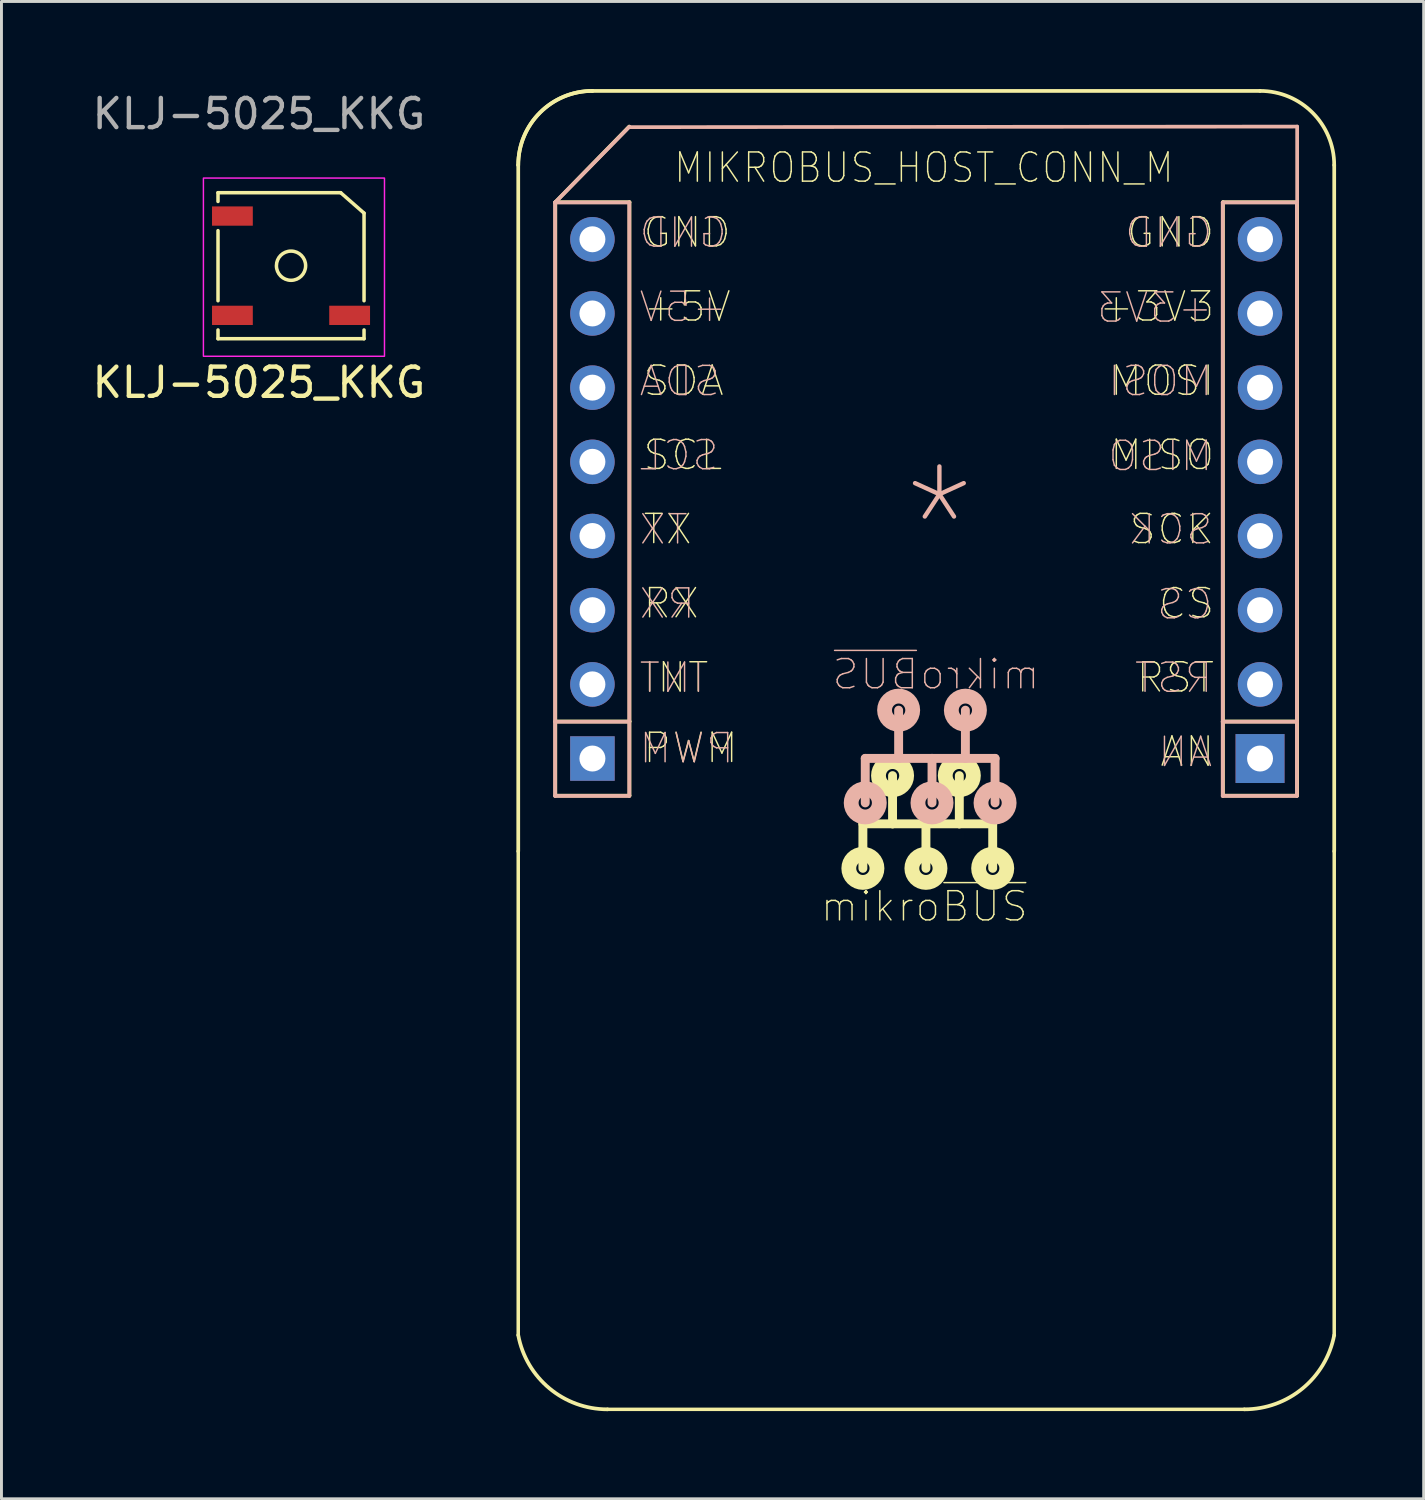
<source format=kicad_pcb>
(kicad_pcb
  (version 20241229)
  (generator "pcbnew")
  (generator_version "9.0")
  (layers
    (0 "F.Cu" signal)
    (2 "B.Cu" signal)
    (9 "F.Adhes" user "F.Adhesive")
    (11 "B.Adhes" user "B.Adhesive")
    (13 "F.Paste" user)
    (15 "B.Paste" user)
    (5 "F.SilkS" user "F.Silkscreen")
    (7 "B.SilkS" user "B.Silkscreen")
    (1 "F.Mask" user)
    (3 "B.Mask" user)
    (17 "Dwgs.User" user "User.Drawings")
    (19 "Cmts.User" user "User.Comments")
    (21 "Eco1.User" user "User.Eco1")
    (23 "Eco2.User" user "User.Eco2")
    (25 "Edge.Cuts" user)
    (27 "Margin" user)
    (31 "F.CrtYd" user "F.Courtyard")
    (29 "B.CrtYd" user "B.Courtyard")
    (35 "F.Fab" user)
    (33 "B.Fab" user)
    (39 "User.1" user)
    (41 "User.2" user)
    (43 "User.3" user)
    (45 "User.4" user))
  (footprint "KLJ-5025_KKG"
    (layer "F.Cu")
    (at 6.915 6.048)
    (property "Reference" "KLJ-5025_KKG" (at -1.1 4 0) (unlocked yes) (layer "F.SilkS") (effects (font (size 1 1) (thickness 0.15))))
    (attr smd)
    (fp_line (start -2.5 -2.5) (end -2.5 -2.2) (stroke (width 0.12) (type solid)) (layer "F.SilkS"))
    (fp_line (start -2.5 -2.5) (end 1.7 -2.5) (stroke (width 0.12) (type solid)) (layer "F.SilkS"))
    (fp_line (start -2.5 1.2) (end -2.5 -1.2) (stroke (width 0.12) (type solid)) (layer "F.SilkS"))
    (fp_line (start -2.5 2.5) (end -2.5 2.2) (stroke (width 0.12) (type solid)) (layer "F.SilkS"))
    (fp_line (start 2.5 -1.8) (end 1.7 -2.5) (stroke (width 0.12) (type solid)) (layer "F.SilkS"))
    (fp_line (start 2.5 -1.8) (end 2.5 1.2) (stroke (width 0.12) (type solid)) (layer "F.SilkS"))
    (fp_line (start 2.5 2.5) (end -2.5 2.5) (stroke (width 0.12) (type solid)) (layer "F.SilkS"))
    (fp_line (start 2.5 2.5) (end 2.5 2.2) (stroke (width 0.12) (type solid)) (layer "F.SilkS"))
    (fp_circle (center 0 0) (end -0.4 0.3) (stroke (width 0.12) (type solid)) (fill no) (layer "F.SilkS"))
    (fp_rect (start -3 -3) (end 3.2 3.1) (stroke (width 0.05) (type solid)) (fill no) (layer "F.CrtYd"))
    (fp_text user "${REFERENCE}" (at -1.1 -5.2 0) (unlocked yes) (layer "F.Fab") (effects (font (size 1 1) (thickness 0.15))))
    (pad "" smd rect (at -2.007 -1.7 180) (size 1.397 0.66) (layers "F.Cu" "F.Mask" "F.Paste"))
    (pad "1" smd rect (at -2.007 1.7 180) (size 1.397 0.66) (layers "F.Cu" "F.Mask" "F.Paste"))
    (pad "2" smd rect (at 2.007 1.7 180) (size 1.397 0.66) (layers "F.Cu" "F.Mask" "F.Paste")))
  (footprint "MIKROBUS_HOST_CONN_M"
    (layer "F.Cu")
    (at 29.116 7.459)
    (property "Reference" "MIKROBUS_HOST_CONN_M" (at -0.531 -4.766 180) (layer "F.SilkS") (effects (font (size 1 0.9) (thickness 0.05))))
    (attr through_hole)
    (fp_line (start -14.421 18.639) (end -14.421 -4.856) (stroke (width 0.127) (type solid)) (layer "F.SilkS"))
    (fp_line (start -14.421 18.639) (end -14.421 35.208) (stroke (width 0.12) (type solid)) (layer "F.SilkS"))
    (fp_line (start -13.151 -3.586) (end -10.621 -6.176) (stroke (width 0.127) (type solid)) (layer "F.SilkS"))
    (fp_line (start -13.151 16.734) (end -13.151 -3.586) (stroke (width 0.127) (type solid)) (layer "F.SilkS"))
    (fp_line (start -11.365 37.748) (end 10.443 37.748) (stroke (width 0.12) (type solid)) (layer "F.SilkS"))
    (fp_line (start -10.611 -3.586) (end -13.151 -3.586) (stroke (width 0.127) (type solid)) (layer "F.SilkS"))
    (fp_line (start -10.611 14.194) (end -13.151 14.194) (stroke (width 0.127) (type solid)) (layer "F.SilkS"))
    (fp_line (start -10.611 14.194) (end -10.611 -3.586) (stroke (width 0.127) (type solid)) (layer "F.SilkS"))
    (fp_line (start -10.611 16.734) (end -13.151 16.734) (stroke (width 0.127) (type solid)) (layer "F.SilkS"))
    (fp_line (start -10.611 16.734) (end -10.611 14.194) (stroke (width 0.127) (type solid)) (layer "F.SilkS"))
    (fp_line (start -2.62 17.7) (end -2.62 19.224) (stroke (width 0.305) (type solid)) (layer "F.SilkS"))
    (fp_line (start -2.62 17.7) (end -1.604 17.7) (stroke (width 0.305) (type solid)) (layer "F.SilkS"))
    (fp_line (start -1.604 17.7) (end -1.604 16.049) (stroke (width 0.305) (type solid)) (layer "F.SilkS"))
    (fp_line (start -1.604 17.7) (end -0.461 17.7) (stroke (width 0.305) (type solid)) (layer "F.SilkS"))
    (fp_line (start -0.461 17.7) (end -0.461 19.224) (stroke (width 0.305) (type solid)) (layer "F.SilkS"))
    (fp_line (start -0.461 17.7) (end 0.682 17.7) (stroke (width 0.305) (type solid)) (layer "F.SilkS"))
    (fp_line (start 0.682 17.7) (end 0.682 16.049) (stroke (width 0.305) (type solid)) (layer "F.SilkS"))
    (fp_line (start 0.682 17.7) (end 1.825 17.7) (stroke (width 0.305) (type solid)) (layer "F.SilkS"))
    (fp_line (start 1.825 17.7) (end 1.825 19.224) (stroke (width 0.305) (type solid)) (layer "F.SilkS"))
    (fp_line (start 9.709 -3.586) (end 9.709 14.194) (stroke (width 0.127) (type solid)) (layer "F.SilkS"))
    (fp_line (start 9.709 14.194) (end 9.709 16.734) (stroke (width 0.127) (type solid)) (layer "F.SilkS"))
    (fp_line (start 9.709 16.734) (end 12.249 16.734) (stroke (width 0.127) (type solid)) (layer "F.SilkS"))
    (fp_line (start 10.979 -7.396) (end -11.881 -7.396) (stroke (width 0.127) (type solid)) (layer "F.SilkS"))
    (fp_line (start 12.249 -3.586) (end 9.709 -3.586) (stroke (width 0.127) (type solid)) (layer "F.SilkS"))
    (fp_line (start 12.249 14.194) (end 9.709 14.194) (stroke (width 0.127) (type solid)) (layer "F.SilkS"))
    (fp_line (start 12.249 14.194) (end 12.249 -3.586) (stroke (width 0.127) (type solid)) (layer "F.SilkS"))
    (fp_line (start 12.249 16.734) (end 12.249 14.194) (stroke (width 0.127) (type solid)) (layer "F.SilkS"))
    (fp_line (start 13.519 18.639) (end 13.519 -4.856) (stroke (width 0.127) (type solid)) (layer "F.SilkS"))
    (fp_line (start 13.519 18.639) (end 13.519 35.208) (stroke (width 0.12) (type solid)) (layer "F.SilkS"))
    (fp_arc (start -14.421287 -4.855846) (mid -13.677338 -6.651897) (end -11.881287 -7.395846) (stroke (width 0.127) (type solid)) (layer "F.SilkS"))
    (fp_arc (start -14.421287 -4.855846) (mid -13.677338 -6.651897) (end -11.881287 -7.395846) (stroke (width 0.127) (type solid)) (layer "F.SilkS"))
    (fp_arc (start -11.365237 37.748104) (mid -13.352133 37.030204) (end -14.421287 35.208104) (stroke (width 0.127) (type solid)) (layer "F.SilkS"))
    (fp_arc (start 10.978713 -7.395846) (mid 12.774764 -6.651897) (end 13.518713 -4.855846) (stroke (width 0.127) (type solid)) (layer "F.SilkS"))
    (fp_arc (start 13.518713 35.208104) (mid 12.437259 37.031031) (end 10.442662 37.748101) (stroke (width 0.127) (type solid)) (layer "F.SilkS"))
    (fp_circle (center -2.62 19.224) (end -2.392 19.224) (stroke (width 0.508) (type solid)) (fill no) (layer "F.SilkS"))
    (fp_circle (center -1.604 16.049) (end -1.376 16.049) (stroke (width 0.508) (type solid)) (fill no) (layer "F.SilkS"))
    (fp_circle (center -0.461 19.224) (end -0.233 19.224) (stroke (width 0.508) (type solid)) (fill no) (layer "F.SilkS"))
    (fp_circle (center 0.682 16.049) (end 0.91 16.049) (stroke (width 0.508) (type solid)) (fill no) (layer "F.SilkS"))
    (fp_circle (center 1.825 19.224) (end 2.053 19.224) (stroke (width 0.508) (type solid)) (fill no) (layer "F.SilkS"))
    (fp_line (start -13.16 -3.575) (end -10.62 -6.165) (stroke (width 0.127) (type solid)) (layer "B.SilkS"))
    (fp_line (start -13.16 16.745) (end -13.16 -3.575) (stroke (width 0.127) (type solid)) (layer "B.SilkS"))
    (fp_line (start -10.62 -3.575) (end -13.16 -3.575) (stroke (width 0.127) (type solid)) (layer "B.SilkS"))
    (fp_line (start -10.62 14.205) (end -13.16 14.205) (stroke (width 0.127) (type solid)) (layer "B.SilkS"))
    (fp_line (start -10.62 14.205) (end -10.62 -3.575) (stroke (width 0.127) (type solid)) (layer "B.SilkS"))
    (fp_line (start -10.62 16.745) (end -13.16 16.745) (stroke (width 0.127) (type solid)) (layer "B.SilkS"))
    (fp_line (start -10.62 16.745) (end -10.62 14.205) (stroke (width 0.127) (type solid)) (layer "B.SilkS"))
    (fp_line (start -2.539 15.459) (end -2.539 16.983) (stroke (width 0.305) (type solid)) (layer "B.SilkS"))
    (fp_line (start -1.396 15.459) (end -2.539 15.459) (stroke (width 0.305) (type solid)) (layer "B.SilkS"))
    (fp_line (start -1.396 15.459) (end -1.396 13.808) (stroke (width 0.305) (type solid)) (layer "B.SilkS"))
    (fp_line (start -0.253 15.459) (end -1.396 15.459) (stroke (width 0.305) (type solid)) (layer "B.SilkS"))
    (fp_line (start -0.253 15.459) (end -0.253 16.983) (stroke (width 0.305) (type solid)) (layer "B.SilkS"))
    (fp_line (start 0.89 15.459) (end -0.253 15.459) (stroke (width 0.305) (type solid)) (layer "B.SilkS"))
    (fp_line (start 0.89 15.459) (end 0.89 13.808) (stroke (width 0.305) (type solid)) (layer "B.SilkS"))
    (fp_line (start 1.906 15.459) (end 0.89 15.459) (stroke (width 0.305) (type solid)) (layer "B.SilkS"))
    (fp_line (start 1.906 15.459) (end 1.906 16.983) (stroke (width 0.305) (type solid)) (layer "B.SilkS"))
    (fp_line (start 9.7 -3.575) (end 9.7 14.205) (stroke (width 0.127) (type solid)) (layer "B.SilkS"))
    (fp_line (start 9.7 14.205) (end 9.7 16.745) (stroke (width 0.127) (type solid)) (layer "B.SilkS"))
    (fp_line (start 9.7 16.745) (end 12.24 16.745) (stroke (width 0.127) (type solid)) (layer "B.SilkS"))
    (fp_line (start 12.24 -3.575) (end 9.7 -3.575) (stroke (width 0.127) (type solid)) (layer "B.SilkS"))
    (fp_line (start 12.24 14.205) (end 9.7 14.205) (stroke (width 0.127) (type solid)) (layer "B.SilkS"))
    (fp_line (start 12.24 14.205) (end 12.24 -3.575) (stroke (width 0.127) (type solid)) (layer "B.SilkS"))
    (fp_line (start 12.24 16.745) (end 12.24 14.205) (stroke (width 0.127) (type solid)) (layer "B.SilkS"))
    (fp_line (start 12.25 -6.175) (end -10.62 -6.155) (stroke (width 0.127) (type solid)) (layer "B.SilkS"))
    (fp_line (start 12.25 -3.555) (end 12.25 -6.175) (stroke (width 0.127) (type solid)) (layer "B.SilkS"))
    (fp_circle (center -2.539 16.983) (end -2.311 16.983) (stroke (width 0.508) (type solid)) (fill no) (layer "B.SilkS"))
    (fp_circle (center -1.396 13.808) (end -1.168 13.808) (stroke (width 0.508) (type solid)) (fill no) (layer "B.SilkS"))
    (fp_circle (center -0.253 16.983) (end -0.025 16.983) (stroke (width 0.508) (type solid)) (fill no) (layer "B.SilkS"))
    (fp_circle (center 0.89 13.808) (end 1.118 13.808) (stroke (width 0.508) (type solid)) (fill no) (layer "B.SilkS"))
    (fp_circle (center 1.906 16.983) (end 2.134 16.983) (stroke (width 0.508) (type solid)) (fill no) (layer "B.SilkS"))
    (fp_text user "AN" (at 8.486 15.229 180) (layer "F.SilkS") (effects (font (size 1 1) (thickness 0.05))))
    (fp_text user "SCK" (at 7.963 7.609 180) (layer "F.SilkS") (effects (font (size 1 1) (thickness 0.05))))
    (fp_text user "RST" (at 8.082 12.689 180) (layer "F.SilkS") (effects (font (size 1 1) (thickness 0.05))))
    (fp_text user "INT" (at -9.019 12.689 180) (layer "F.SilkS") (effects (font (size 1 1) (thickness 0.05))))
    (fp_text user "mikro~{BUS}" (at -0.516 20.529 0) (layer "F.SilkS") (effects (font (size 1 1) (thickness 0.05))))
    (fp_text user "+5V" (at -8.638 -0.011 180) (layer "F.SilkS") (effects (font (size 1 1) (thickness 0.05))))
    (fp_text user "CS" (at 8.463 10.149 180) (layer "F.SilkS") (effects (font (size 1 1) (thickness 0.05))))
    (fp_text user "MISO" (at 7.629 5.069 180) (layer "F.SilkS") (effects (font (size 1 1) (thickness 0.05))))
    (fp_text user "RX" (at -9.185 10.149 180) (layer "F.SilkS") (effects (font (size 1 1) (thickness 0.05))))
    (fp_text user "SDA" (at -8.757 2.529 180) (layer "F.SilkS") (effects (font (size 1 1) (thickness 0.05))))
    (fp_text user "PWM" (at -8.519 15.102 180) (layer "F.SilkS") (effects (font (size 1 1) (thickness 0.05))))
    (fp_text user "+3V3" (at 7.439 -0.011 180) (layer "F.SilkS") (effects (font (size 1 1) (thickness 0.05))))
    (fp_text user "SCL" (at -8.781 5.069 180) (layer "F.SilkS") (effects (font (size 1 1) (thickness 0.05))))
    (fp_text user "GND" (at -8.638 -2.551 180) (layer "F.SilkS") (effects (font (size 1 1) (thickness 0.05))))
    (fp_text user "MOSI" (at 7.629 2.529 180) (layer "F.SilkS") (effects (font (size 1 1) (thickness 0.05))))
    (fp_text user "TX" (at -9.305 7.609 180) (layer "F.SilkS") (effects (font (size 1 1) (thickness 0.05))))
    (fp_text user "GND" (at 7.915 -2.551 180) (layer "F.SilkS") (effects (font (size 1 1) (thickness 0.05))))
    (fp_text user "mikro~{BUS}" (at -0.118 12.579 180) (layer "B.SilkS") (effects (font (size 1 1) (thickness 0.05)) (justify mirror)))
    (fp_text user "AN" (at 8.421 15.24 180) (layer "B.SilkS") (effects (font (size 1 1) (thickness 0.05)) (justify mirror)))
    (fp_text user "RST" (at 8.017 12.7 180) (layer "B.SilkS") (effects (font (size 1 1) (thickness 0.05)) (justify mirror)))
    (fp_text user "+3V3" (at 7.374 0.025 180) (layer "B.SilkS") (effects (font (size 1 1) (thickness 0.05)) (justify mirror)))
    (fp_text user "TX" (at -9.441 7.62 180) (layer "B.SilkS") (effects (font (size 1 1) (thickness 0.05)) (justify mirror)))
    (fp_text user "RX" (at -9.322 10.16 180) (layer "B.SilkS") (effects (font (size 1 1) (thickness 0.05)) (justify mirror)))
    (fp_text user "INT" (at -9.155 12.7 180) (layer "B.SilkS") (effects (font (size 1 1) (thickness 0.05)) (justify mirror)))
    (fp_text user "SCL" (at -8.917 5.08 180) (layer "B.SilkS") (effects (font (size 1 1) (thickness 0.05)) (justify mirror)))
    (fp_text user "MOSI" (at 7.564 2.54 180) (layer "B.SilkS") (effects (font (size 1 1) (thickness 0.05)) (justify mirror)))
    (fp_text user "PWM" (at -8.655 15.113 180) (layer "B.SilkS") (effects (font (size 1 1) (thickness 0.05)) (justify mirror)))
    (fp_text user "+5V" (at -8.774 0 180) (layer "B.SilkS") (effects (font (size 1 1) (thickness 0.05)) (justify mirror)))
    (fp_text user "SCK" (at 7.898 7.62 180) (layer "B.SilkS") (effects (font (size 1 1) (thickness 0.05)) (justify mirror)))
    (fp_text user "CS" (at 8.398 10.185 180) (layer "B.SilkS") (effects (font (size 1 1) (thickness 0.05)) (justify mirror)))
    (fp_text user "GND" (at -8.774 -2.54 180) (layer "B.SilkS") (effects (font (size 1 1) (thickness 0.05)) (justify mirror)))
    (fp_text user "GND" (at 7.85 -2.54 180) (layer "B.SilkS") (effects (font (size 1 1) (thickness 0.05)) (justify mirror)))
    (fp_text user "SDA" (at -8.893 2.54 180) (layer "B.SilkS") (effects (font (size 1 1) (thickness 0.05)) (justify mirror)))
    (fp_text user "MISO" (at 7.564 5.105 180) (layer "B.SilkS") (effects (font (size 1 1) (thickness 0.05)) (justify mirror)))
    (fp_text user "*" (at 0 7.62 180) (layer "B.SilkS") (effects (font (size 4 3.5) (thickness 0.15)) (justify mirror)))
    (pad "P1" thru_hole rect (at 10.979 15.464 180) (size 1.676 1.676) (drill 0.889) (layers "*.Cu" "*.Mask"))
    (pad "P2" thru_hole circle (at 10.979 12.924 180) (size 1.524 1.524) (drill 0.889) (layers "*.Cu" "*.Mask"))
    (pad "P3" thru_hole circle (at 10.979 10.384 180) (size 1.524 1.524) (drill 0.889) (layers "*.Cu" "*.Mask"))
    (pad "P4" thru_hole circle (at 10.979 7.844 180) (size 1.524 1.524) (drill 0.889) (layers "*.Cu" "*.Mask"))
    (pad "P5" thru_hole circle (at 10.979 5.304 180) (size 1.524 1.524) (drill 0.889) (layers "*.Cu" "*.Mask"))
    (pad "P6" thru_hole circle (at 10.979 2.764 180) (size 1.524 1.524) (drill 0.889) (layers "*.Cu" "*.Mask"))
    (pad "P7" thru_hole circle (at 10.979 0.224 180) (size 1.524 1.524) (drill 0.889) (layers "*.Cu" "*.Mask"))
    (pad "P8" thru_hole circle (at 10.979 -2.316 180) (size 1.524 1.524) (drill 0.889) (layers "*.Cu" "*.Mask"))
    (pad "P9" thru_hole circle (at -11.881 -2.316 180) (size 1.524 1.524) (drill 0.889) (layers "*.Cu" "*.Mask"))
    (pad "P10" thru_hole circle (at -11.881 0.224 180) (size 1.524 1.524) (drill 0.889) (layers "*.Cu" "*.Mask"))
    (pad "P11" thru_hole circle (at -11.881 2.764 180) (size 1.524 1.524) (drill 0.889) (layers "*.Cu" "*.Mask"))
    (pad "P12" thru_hole circle (at -11.881 5.304 180) (size 1.524 1.524) (drill 0.889) (layers "*.Cu" "*.Mask"))
    (pad "P13" thru_hole circle (at -11.881 7.844 180) (size 1.524 1.524) (drill 0.889) (layers "*.Cu" "*.Mask"))
    (pad "P14" thru_hole circle (at -11.881 10.384 180) (size 1.524 1.524) (drill 0.889) (layers "*.Cu" "*.Mask"))
    (pad "P15" thru_hole circle (at -11.881 12.924 180) (size 1.524 1.524) (drill 0.889) (layers "*.Cu" "*.Mask"))
    (pad "P16" thru_hole rect (at -11.881 15.464 180) (size 1.524 1.524) (drill 0.889) (layers "*.Cu" "*.Mask")))
  (gr_rect
    (start -3 -3)
    (end 45.698 48.271)
    (stroke (width 0.1) (type default))
    (fill no)
    (layer "Edge.Cuts")))
</source>
